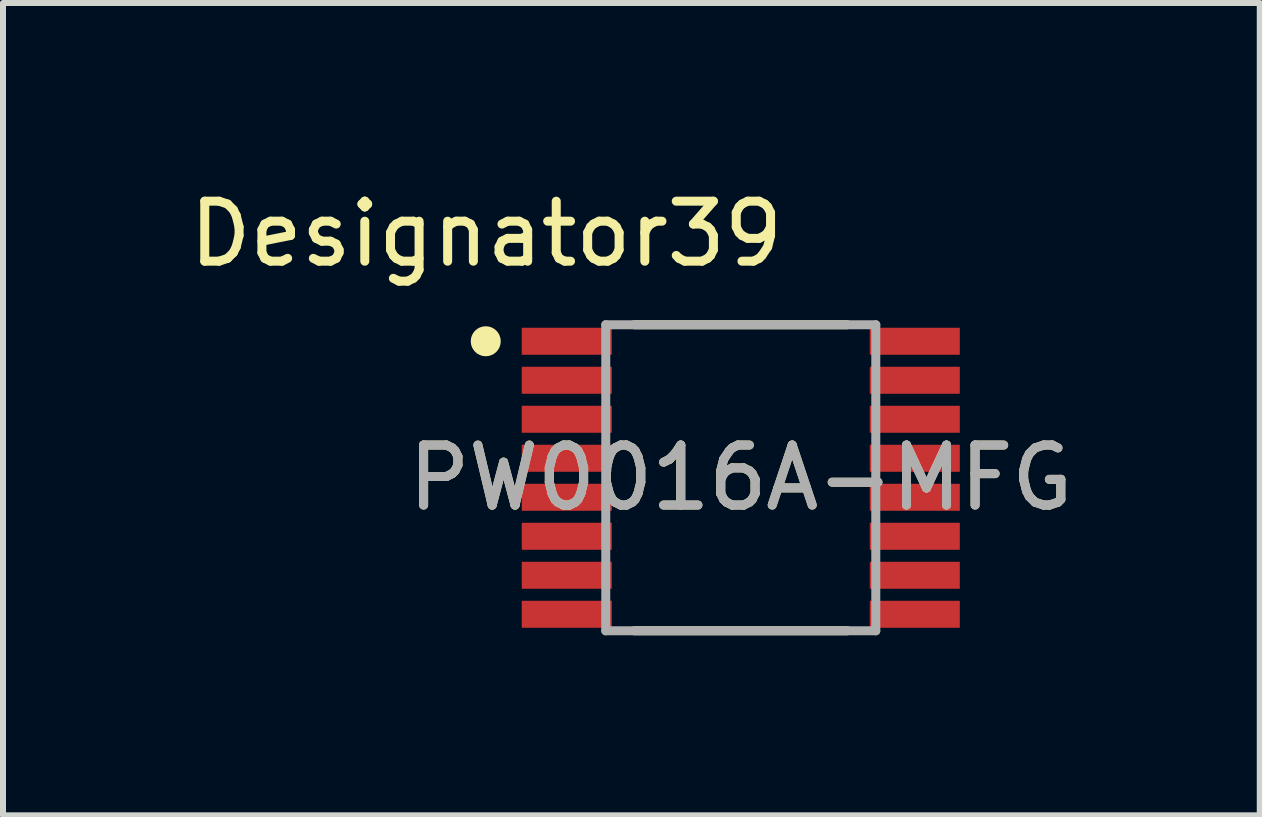
<source format=kicad_pcb>
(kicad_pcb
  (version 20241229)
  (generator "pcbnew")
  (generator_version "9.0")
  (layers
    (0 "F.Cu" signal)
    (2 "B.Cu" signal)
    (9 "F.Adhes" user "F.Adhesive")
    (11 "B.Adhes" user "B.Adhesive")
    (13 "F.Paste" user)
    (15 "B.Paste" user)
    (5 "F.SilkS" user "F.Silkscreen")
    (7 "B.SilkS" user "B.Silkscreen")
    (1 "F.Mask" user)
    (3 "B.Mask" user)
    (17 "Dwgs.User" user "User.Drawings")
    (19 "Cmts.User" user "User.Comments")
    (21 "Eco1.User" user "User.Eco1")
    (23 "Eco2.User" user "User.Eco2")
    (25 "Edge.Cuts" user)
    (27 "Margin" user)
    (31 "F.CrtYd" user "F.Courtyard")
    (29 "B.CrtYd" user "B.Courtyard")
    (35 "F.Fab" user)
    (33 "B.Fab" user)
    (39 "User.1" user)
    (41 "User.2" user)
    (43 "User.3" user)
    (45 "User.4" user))
  (footprint "PW0016A-MFG"
    (layer "F.Cu")
    (at 9.295 4.912)
    (property "Reference" "PW0016A-MFG" (at 0 0 0) (unlocked yes) (layer "F.SilkS") (effects (font (size 1 1) (thickness 0.15))))
    (attr smd)
    (fp_line (start -1.775 -2.55) (end 1.775 -2.55) (stroke (width 0.15) (type solid)) (layer "F.SilkS"))
    (fp_line (start -1.775 2.55) (end 1.775 2.55) (stroke (width 0.15) (type solid)) (layer "F.SilkS"))
    (fp_circle (center -4.25 -2.275) (end -4.125 -2.275) (stroke (width 0.25) (type solid)) (fill no) (layer "F.SilkS"))
    (fp_line (start -2.25 -2.55) (end 2.25 -2.55) (stroke (width 0.15) (type solid)) (layer "F.Fab"))
    (fp_line (start -2.25 2.55) (end -2.25 -2.55) (stroke (width 0.15) (type solid)) (layer "F.Fab"))
    (fp_line (start -2.25 2.55) (end 2.25 2.55) (stroke (width 0.15) (type solid)) (layer "F.Fab"))
    (fp_line (start 2.25 2.55) (end 2.25 -2.55) (stroke (width 0.15) (type solid)) (layer "F.Fab"))
    (fp_text user "Designator39" (at -4.242 -4.064 0) (unlocked yes) (layer "F.SilkS") (effects (font (size 1 1) (thickness 0.15))))
    (fp_text user "${REFERENCE}" (at 0 0 0) (unlocked yes) (layer "F.Fab") (effects (font (size 1 1) (thickness 0.15))))
    (pad "1" smd rect (at -2.9 -2.275) (size 1.5 0.45) (layers "F.Cu" "F.Mask" "F.Paste"))
    (pad "2" smd rect (at -2.9 -1.625) (size 1.5 0.45) (layers "F.Cu" "F.Mask" "F.Paste"))
    (pad "3" smd rect (at -2.9 -0.975) (size 1.5 0.45) (layers "F.Cu" "F.Mask" "F.Paste"))
    (pad "4" smd rect (at -2.9 -0.325) (size 1.5 0.45) (layers "F.Cu" "F.Mask" "F.Paste"))
    (pad "5" smd rect (at -2.9 0.325) (size 1.5 0.45) (layers "F.Cu" "F.Mask" "F.Paste"))
    (pad "6" smd rect (at -2.9 0.975) (size 1.5 0.45) (layers "F.Cu" "F.Mask" "F.Paste"))
    (pad "7" smd rect (at -2.9 1.625) (size 1.5 0.45) (layers "F.Cu" "F.Mask" "F.Paste"))
    (pad "8" smd rect (at -2.9 2.275) (size 1.5 0.45) (layers "F.Cu" "F.Mask" "F.Paste"))
    (pad "9" smd rect (at 2.9 2.275) (size 1.5 0.45) (layers "F.Cu" "F.Mask" "F.Paste"))
    (pad "10" smd rect (at 2.9 1.625) (size 1.5 0.45) (layers "F.Cu" "F.Mask" "F.Paste"))
    (pad "11" smd rect (at 2.9 0.975) (size 1.5 0.45) (layers "F.Cu" "F.Mask" "F.Paste"))
    (pad "12" smd rect (at 2.9 0.325) (size 1.5 0.45) (layers "F.Cu" "F.Mask" "F.Paste"))
    (pad "13" smd rect (at 2.9 -0.325) (size 1.5 0.45) (layers "F.Cu" "F.Mask" "F.Paste"))
    (pad "14" smd rect (at 2.9 -0.975) (size 1.5 0.45) (layers "F.Cu" "F.Mask" "F.Paste"))
    (pad "15" smd rect (at 2.9 -1.625) (size 1.5 0.45) (layers "F.Cu" "F.Mask" "F.Paste"))
    (pad "16" smd rect (at 2.9 -2.275) (size 1.5 0.45) (layers "F.Cu" "F.Mask" "F.Paste")))
  (gr_rect
    (start -3 -3)
    (end 17.944 10.537)
    (stroke (width 0.1) (type default))
    (fill no)
    (layer "Edge.Cuts")))
</source>
